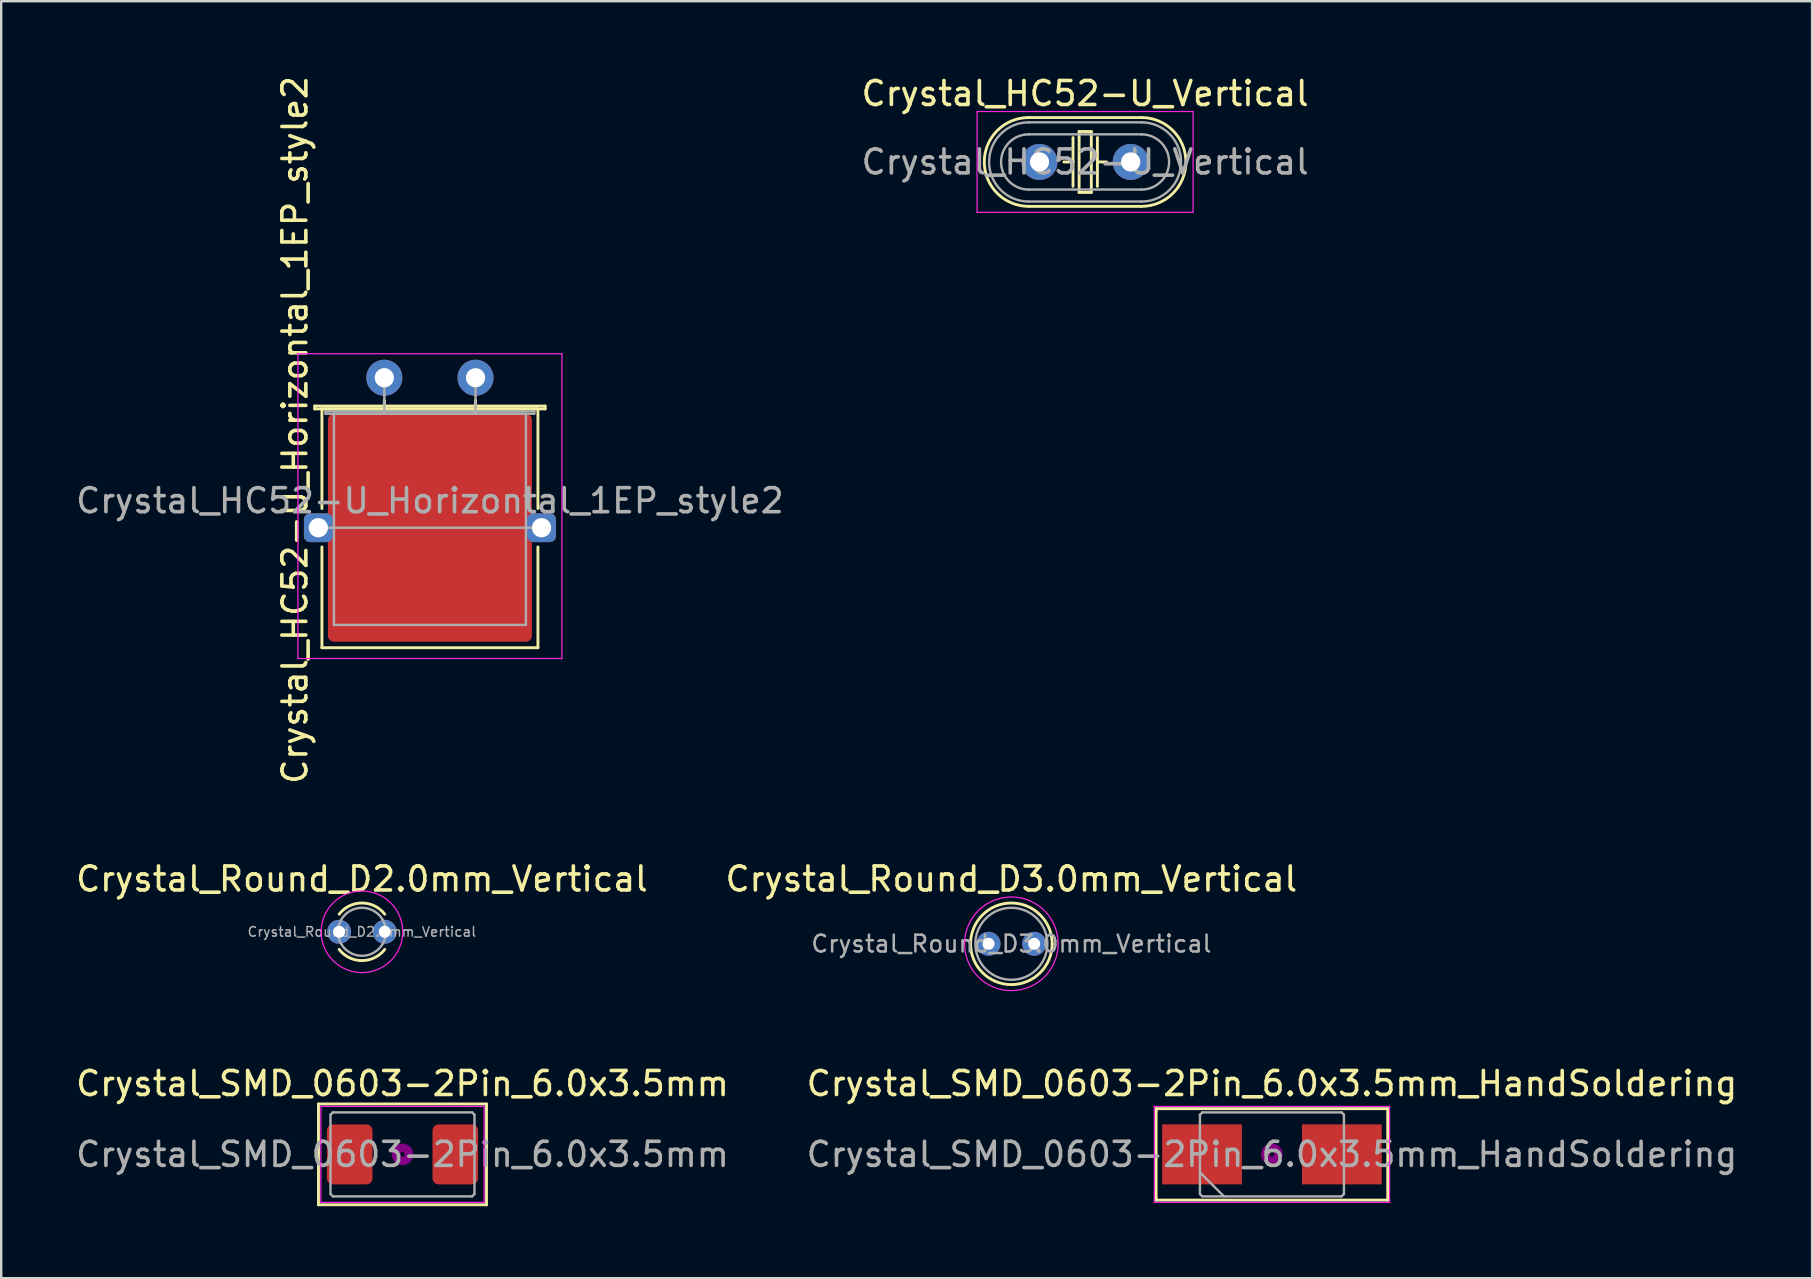
<source format=kicad_pcb>
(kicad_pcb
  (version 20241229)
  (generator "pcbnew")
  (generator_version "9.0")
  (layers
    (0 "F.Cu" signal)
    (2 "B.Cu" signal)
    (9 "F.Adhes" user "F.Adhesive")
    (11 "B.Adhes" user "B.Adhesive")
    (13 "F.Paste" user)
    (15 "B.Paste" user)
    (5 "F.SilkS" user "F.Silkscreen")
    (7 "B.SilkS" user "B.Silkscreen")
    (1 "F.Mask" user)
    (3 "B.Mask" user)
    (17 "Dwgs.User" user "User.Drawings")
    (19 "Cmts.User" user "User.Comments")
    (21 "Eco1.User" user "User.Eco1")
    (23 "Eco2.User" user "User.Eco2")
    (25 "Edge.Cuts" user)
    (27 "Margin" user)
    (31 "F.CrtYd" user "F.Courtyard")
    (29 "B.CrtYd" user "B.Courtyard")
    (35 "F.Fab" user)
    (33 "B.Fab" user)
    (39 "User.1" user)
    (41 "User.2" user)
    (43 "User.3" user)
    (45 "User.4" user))
  (footprint "Crystal_HC52-U_Vertical"
    (layer "F.Cu")
    (at 40.261 3.698)
    (property "Reference" "Crystal_HC52-U_Vertical" (at 1.9 -2.85 0) (layer "F.SilkS") (effects (font (size 1 1) (thickness 0.15))))
    (attr through_hole)
    (fp_line (start -0.45 -1.85) (end 4.25 -1.85) (stroke (width 0.12) (type solid)) (layer "F.SilkS"))
    (fp_line (start -0.45 1.85) (end 4.25 1.85) (stroke (width 0.12) (type solid)) (layer "F.SilkS"))
    (fp_line (start 1.016 0) (end 1.397 0) (stroke (width 0.12) (type solid)) (layer "F.SilkS"))
    (fp_line (start 1.397 0) (end 1.397 -1.016) (stroke (width 0.12) (type solid)) (layer "F.SilkS"))
    (fp_line (start 1.397 0) (end 1.397 1.016) (stroke (width 0.12) (type solid)) (layer "F.SilkS"))
    (fp_line (start 1.651 -1.27) (end 1.651 1.27) (stroke (width 0.12) (type solid)) (layer "F.SilkS"))
    (fp_line (start 1.651 1.27) (end 2.159 1.27) (stroke (width 0.12) (type solid)) (layer "F.SilkS"))
    (fp_line (start 2.159 -1.27) (end 1.651 -1.27) (stroke (width 0.12) (type solid)) (layer "F.SilkS"))
    (fp_line (start 2.159 1.27) (end 2.159 -1.27) (stroke (width 0.12) (type solid)) (layer "F.SilkS"))
    (fp_line (start 2.413 -1.016) (end 2.413 1.016) (stroke (width 0.12) (type solid)) (layer "F.SilkS"))
    (fp_line (start 2.413 0) (end 2.794 0) (stroke (width 0.12) (type solid)) (layer "F.SilkS"))
    (fp_arc (start -0.45 1.85) (mid -2.3 0) (end -0.45 -1.85) (stroke (width 0.12) (type solid)) (layer "F.SilkS"))
    (fp_arc (start 4.25 -1.85) (mid 6.1 0) (end 4.25 1.85) (stroke (width 0.12) (type solid)) (layer "F.SilkS"))
    (fp_line (start -2.6 -2.1) (end -2.6 2.1) (stroke (width 0.05) (type solid)) (layer "F.CrtYd"))
    (fp_line (start -2.6 2.1) (end 6.4 2.1) (stroke (width 0.05) (type solid)) (layer "F.CrtYd"))
    (fp_line (start 6.4 -2.1) (end -2.6 -2.1) (stroke (width 0.05) (type solid)) (layer "F.CrtYd"))
    (fp_line (start 6.4 2.1) (end 6.4 -2.1) (stroke (width 0.05) (type solid)) (layer "F.CrtYd"))
    (fp_line (start -0.45 -1.65) (end 4.25 -1.65) (stroke (width 0.1) (type solid)) (layer "F.Fab"))
    (fp_line (start -0.45 -1.15) (end 4.25 -1.15) (stroke (width 0.1) (type solid)) (layer "F.Fab"))
    (fp_line (start -0.45 1.15) (end 4.25 1.15) (stroke (width 0.1) (type solid)) (layer "F.Fab"))
    (fp_line (start -0.45 1.65) (end 4.25 1.65) (stroke (width 0.1) (type solid)) (layer "F.Fab"))
    (fp_arc (start -0.45 1.15) (mid -1.6 0) (end -0.45 -1.15) (stroke (width 0.1) (type solid)) (layer "F.Fab"))
    (fp_arc (start -0.45 1.65) (mid -2.1 0) (end -0.45 -1.65) (stroke (width 0.1) (type solid)) (layer "F.Fab"))
    (fp_arc (start 4.25 -1.65) (mid 5.9 0) (end 4.25 1.65) (stroke (width 0.1) (type solid)) (layer "F.Fab"))
    (fp_arc (start 4.25 -1.15) (mid 5.4 0) (end 4.25 1.15) (stroke (width 0.1) (type solid)) (layer "F.Fab"))
    (fp_text user "${REFERENCE}" (at 1.9 0 0) (layer "F.Fab") (effects (font (size 1 1) (thickness 0.15))))
    (pad "1" thru_hole circle (at 0 0) (size 1.5 1.5) (drill 0.8) (layers "*.Cu" "*.Mask"))
    (pad "2" thru_hole circle (at 3.8 0) (size 1.5 1.5) (drill 0.8) (layers "*.Cu" "*.Mask")))
  (footprint "Crystal_Round_D2.0mm_Vertical"
    (layer "F.Cu")
    (at 11.08 35.774)
    (property "Reference" "Crystal_Round_D2.0mm_Vertical" (at 0.95 -2.2 0) (layer "F.SilkS") (effects (font (size 1 1) (thickness 0.15))))
    (attr through_hole)
    (fp_arc (start 0 -0.733144) (mid 0.950178 -1.2) (end 1.900217 -0.732863) (stroke (width 0.12) (type solid)) (layer "F.SilkS"))
    (fp_arc (start 1.900217 0.732863) (mid 0.950178 1.2) (end 0 0.733144) (stroke (width 0.12) (type solid)) (layer "F.SilkS"))
    (fp_circle (center 0.95 0) (end 2.65 0) (stroke (width 0.05) (type solid)) (fill no) (layer "F.CrtYd"))
    (fp_circle (center 0.95 0) (end 1.95 0) (stroke (width 0.1) (type solid)) (fill no) (layer "F.Fab"))
    (fp_text user "${REFERENCE}" (at 0.95 0 0) (layer "F.Fab") (effects (font (size 0.4 0.4) (thickness 0.06))))
    (pad "1" thru_hole circle (at 0 0) (size 1 1) (drill 0.5) (layers "*.Cu" "*.Mask"))
    (pad "2" thru_hole circle (at 1.9 0) (size 1 1) (drill 0.5) (layers "*.Cu" "*.Mask")))
  (footprint "Crystal_Round_D3.0mm_Vertical"
    (layer "F.Cu")
    (at 38.139 36.274)
    (property "Reference" "Crystal_Round_D3.0mm_Vertical" (at 0.95 -2.7 0) (layer "F.SilkS") (effects (font (size 1 1) (thickness 0.15))))
    (attr through_hole)
    (fp_arc (start -0.75 0) (mid 0.95 -1.7) (end 2.65 0) (stroke (width 0.12) (type solid)) (layer "F.SilkS"))
    (fp_arc (start 2.65 0) (mid 0.95 1.7) (end -0.75 0) (stroke (width 0.12) (type solid)) (layer "F.SilkS"))
    (fp_circle (center 0.95 0) (end 2.9 0) (stroke (width 0.05) (type solid)) (fill no) (layer "F.CrtYd"))
    (fp_circle (center 0.95 0) (end 2.45 0) (stroke (width 0.1) (type solid)) (fill no) (layer "F.Fab"))
    (fp_text user "${REFERENCE}" (at 0.95 0 0) (layer "F.Fab") (effects (font (size 0.7 0.7) (thickness 0.105))))
    (pad "1" thru_hole circle (at 0 0) (size 1 1) (drill 0.5) (layers "*.Cu" "*.Mask"))
    (pad "2" thru_hole circle (at 1.9 0) (size 1 1) (drill 0.5) (layers "*.Cu" "*.Mask")))
  (footprint "Crystal_SMD_0603-2Pin_6.0x3.5mm_HandSoldering"
    (layer "F.Cu")
    (at 49.946 45.048)
    (property "Reference" "Crystal_SMD_0603-2Pin_6.0x3.5mm_HandSoldering" (at 0 -2.95 0) (layer "F.SilkS") (effects (font (size 1 1) (thickness 0.15))))
    (attr smd)
    (fp_line (start -4.826 -1.905) (end -4.826 -1.778) (stroke (width 0.12) (type solid)) (layer "F.SilkS"))
    (fp_line (start -4.826 -1.841) (end -4.826 1.841) (stroke (width 0.12) (type solid)) (layer "F.SilkS"))
    (fp_line (start -4.826 1.841) (end -4.826 1.905) (stroke (width 0.12) (type solid)) (layer "F.SilkS"))
    (fp_line (start -4.826 1.905) (end 4.826 1.905) (stroke (width 0.12) (type solid)) (layer "F.SilkS"))
    (fp_line (start 4.826 -1.905) (end -4.826 -1.905) (stroke (width 0.12) (type solid)) (layer "F.SilkS"))
    (fp_line (start 4.826 1.905) (end 4.826 -1.905) (stroke (width 0.12) (type solid)) (layer "F.SilkS"))
    (fp_circle (center 0 0) (end 0.093 0) (stroke (width 0.187) (type solid)) (fill no) (layer "F.Adhes"))
    (fp_circle (center 0 0) (end 0.213 0) (stroke (width 0.133) (type solid)) (fill no) (layer "F.Adhes"))
    (fp_circle (center 0 0) (end 0.333 0) (stroke (width 0.133) (type solid)) (fill no) (layer "F.Adhes"))
    (fp_circle (center 0 0) (end 0.4 0) (stroke (width 0.1) (type solid)) (fill no) (layer "F.Adhes"))
    (fp_line (start -4.9 -2) (end -4.9 2) (stroke (width 0.05) (type solid)) (layer "F.CrtYd"))
    (fp_line (start -4.9 2) (end 4.9 2) (stroke (width 0.05) (type solid)) (layer "F.CrtYd"))
    (fp_line (start 4.9 -2) (end -4.9 -2) (stroke (width 0.05) (type solid)) (layer "F.CrtYd"))
    (fp_line (start 4.9 2) (end 4.9 -2) (stroke (width 0.05) (type solid)) (layer "F.CrtYd"))
    (fp_line (start -3 -1.65) (end -2.9 -1.75) (stroke (width 0.1) (type solid)) (layer "F.Fab"))
    (fp_line (start -3 0.75) (end -2 1.75) (stroke (width 0.1) (type solid)) (layer "F.Fab"))
    (fp_line (start -3 1.65) (end -3 -1.65) (stroke (width 0.1) (type solid)) (layer "F.Fab"))
    (fp_line (start -2.9 -1.75) (end 2.9 -1.75) (stroke (width 0.1) (type solid)) (layer "F.Fab"))
    (fp_line (start -2.9 1.75) (end -3 1.65) (stroke (width 0.1) (type solid)) (layer "F.Fab"))
    (fp_line (start 2.9 -1.75) (end 3 -1.65) (stroke (width 0.1) (type solid)) (layer "F.Fab"))
    (fp_line (start 2.9 1.75) (end -2.9 1.75) (stroke (width 0.1) (type solid)) (layer "F.Fab"))
    (fp_line (start 3 -1.65) (end 3 1.65) (stroke (width 0.1) (type solid)) (layer "F.Fab"))
    (fp_line (start 3 1.65) (end 2.9 1.75) (stroke (width 0.1) (type solid)) (layer "F.Fab"))
    (fp_text user "${REFERENCE}" (at 0 0 0) (layer "F.Fab") (effects (font (size 1 1) (thickness 0.15))))
    (pad "1" smd rect (at -2.913 0) (size 3.325 2.5) (layers "F.Cu" "F.Mask" "F.Paste"))
    (pad "2" smd rect (at 2.913 0) (size 3.325 2.5) (layers "F.Cu" "F.Mask" "F.Paste")))
  (footprint "Crystal_SMD_0603-2Pin_6.0x3.5mm"
    (layer "F.Cu")
    (at 13.72 45.048)
    (property "Reference" "Crystal_SMD_0603-2Pin_6.0x3.5mm" (at 0 -2.95 0) (layer "F.SilkS") (effects (font (size 1 1) (thickness 0.15))))
    (attr smd)
    (fp_line (start -3.5 -2.1) (end -3.5 2.1) (stroke (width 0.12) (type solid)) (layer "F.SilkS"))
    (fp_line (start -3.5 2.1) (end 3.5 2.1) (stroke (width 0.12) (type solid)) (layer "F.SilkS"))
    (fp_line (start 3.5 -2.1) (end -3.5 -2.1) (stroke (width 0.12) (type solid)) (layer "F.SilkS"))
    (fp_line (start 3.5 2.1) (end 3.5 -2.1) (stroke (width 0.12) (type solid)) (layer "F.SilkS"))
    (fp_circle (center 0 0) (end 0.093 0) (stroke (width 0.187) (type solid)) (fill no) (layer "F.Adhes"))
    (fp_circle (center 0 0) (end 0.213 0) (stroke (width 0.133) (type solid)) (fill no) (layer "F.Adhes"))
    (fp_circle (center 0 0) (end 0.333 0) (stroke (width 0.133) (type solid)) (fill no) (layer "F.Adhes"))
    (fp_circle (center 0 0) (end 0.4 0) (stroke (width 0.1) (type solid)) (fill no) (layer "F.Adhes"))
    (fp_line (start -3.4 -2) (end -3.4 2) (stroke (width 0.05) (type solid)) (layer "F.CrtYd"))
    (fp_line (start -3.4 2) (end 3.4 2) (stroke (width 0.05) (type solid)) (layer "F.CrtYd"))
    (fp_line (start 3.4 -2) (end -3.4 -2) (stroke (width 0.05) (type solid)) (layer "F.CrtYd"))
    (fp_line (start 3.4 2) (end 3.4 -2) (stroke (width 0.05) (type solid)) (layer "F.CrtYd"))
    (fp_line (start -3 -1.65) (end -2.9 -1.75) (stroke (width 0.1) (type solid)) (layer "F.Fab"))
    (fp_line (start -3 1.65) (end -3 -1.65) (stroke (width 0.1) (type solid)) (layer "F.Fab"))
    (fp_line (start -2.9 -1.75) (end 2.9 -1.75) (stroke (width 0.1) (type solid)) (layer "F.Fab"))
    (fp_line (start -2.9 1.75) (end -3 1.65) (stroke (width 0.1) (type solid)) (layer "F.Fab"))
    (fp_line (start 2.9 -1.75) (end 3 -1.65) (stroke (width 0.1) (type solid)) (layer "F.Fab"))
    (fp_line (start 2.9 1.75) (end -2.9 1.75) (stroke (width 0.1) (type solid)) (layer "F.Fab"))
    (fp_line (start 3 -1.65) (end 3 1.65) (stroke (width 0.1) (type solid)) (layer "F.Fab"))
    (fp_line (start 3 1.65) (end 2.9 1.75) (stroke (width 0.1) (type solid)) (layer "F.Fab"))
    (fp_text user "${REFERENCE}" (at 0 0 0) (layer "F.Fab") (effects (font (size 1 1) (thickness 0.15))))
    (pad "1" smd roundrect (at -2.2 0) (size 1.9 2.5) (layers "F.Cu" "F.Mask" "F.Paste") (roundrect_rratio 0.132))
    (pad "2" smd roundrect (at 2.2 0) (size 1.9 2.5) (layers "F.Cu" "F.Mask" "F.Paste") (roundrect_rratio 0.132)))
  (footprint "Crystal_HC52-U_Horizontal_1EP_style2"
    (layer "F.Cu")
    (at 12.963 12.688)
    (property "Reference" "Crystal_HC52-U_Horizontal_1EP_style2" (at -3.725 2.175 90) (layer "F.SilkS") (effects (font (size 1 1) (thickness 0.15))))
    (attr through_hole)
    (fp_line (start -2.9 1.18) (end 6.7 1.18) (stroke (width 0.12) (type solid)) (layer "F.SilkS"))
    (fp_line (start -2.9 1.3) (end -2.9 1.18) (stroke (width 0.12) (type solid)) (layer "F.SilkS"))
    (fp_line (start -2.6 5.45) (end -2.6 1.3) (stroke (width 0.12) (type solid)) (layer "F.SilkS"))
    (fp_line (start -2.6 7.05) (end -2.6 11.25) (stroke (width 0.12) (type solid)) (layer "F.SilkS"))
    (fp_line (start -2.6 11.25) (end 6.4 11.25) (stroke (width 0.12) (type solid)) (layer "F.SilkS"))
    (fp_line (start -2.55 1.3) (end 6.35 1.3) (stroke (width 0.12) (type solid)) (layer "F.SilkS"))
    (fp_line (start 0 0.95) (end 0 0.95) (stroke (width 0.12) (type solid)) (layer "F.SilkS"))
    (fp_line (start 0 1.3) (end 0 0.95) (stroke (width 0.12) (type solid)) (layer "F.SilkS"))
    (fp_line (start 3.8 0.95) (end 3.8 0.95) (stroke (width 0.12) (type solid)) (layer "F.SilkS"))
    (fp_line (start 3.8 1.3) (end 3.8 0.95) (stroke (width 0.12) (type solid)) (layer "F.SilkS"))
    (fp_line (start 6.4 1.3) (end 6.4 5.45) (stroke (width 0.12) (type solid)) (layer "F.SilkS"))
    (fp_line (start 6.4 11.25) (end 6.4 7.05) (stroke (width 0.12) (type solid)) (layer "F.SilkS"))
    (fp_line (start 6.7 1.18) (end 6.7 1.3) (stroke (width 0.12) (type solid)) (layer "F.SilkS"))
    (fp_line (start 6.7 1.3) (end -2.9 1.3) (stroke (width 0.12) (type solid)) (layer "F.SilkS"))
    (fp_line (start -3.6 -1) (end -3.6 11.7) (stroke (width 0.05) (type solid)) (layer "F.CrtYd"))
    (fp_line (start -3.6 11.7) (end 7.4 11.7) (stroke (width 0.05) (type solid)) (layer "F.CrtYd"))
    (fp_line (start 7.4 -1) (end -3.6 -1) (stroke (width 0.05) (type solid)) (layer "F.CrtYd"))
    (fp_line (start 7.4 11.7) (end 7.4 -1) (stroke (width 0.05) (type solid)) (layer "F.CrtYd"))
    (fp_line (start -2.75 6.25) (end 6.55 6.25) (stroke (width 0.1) (type solid)) (layer "F.Fab"))
    (fp_line (start -2.45 1.4) (end 6.25 1.4) (stroke (width 0.1) (type solid)) (layer "F.Fab"))
    (fp_line (start -2.45 1.5) (end -2.45 1.4) (stroke (width 0.1) (type solid)) (layer "F.Fab"))
    (fp_line (start -2.1 1.5) (end -2.1 10.3) (stroke (width 0.1) (type solid)) (layer "F.Fab"))
    (fp_line (start -2.1 10.3) (end 5.9 10.3) (stroke (width 0.1) (type solid)) (layer "F.Fab"))
    (fp_line (start 0 0.75) (end 0 0) (stroke (width 0.1) (type solid)) (layer "F.Fab"))
    (fp_line (start 0 1.5) (end 0 0.75) (stroke (width 0.1) (type solid)) (layer "F.Fab"))
    (fp_line (start 3.8 0.75) (end 3.8 0) (stroke (width 0.1) (type solid)) (layer "F.Fab"))
    (fp_line (start 3.8 1.5) (end 3.8 0.75) (stroke (width 0.1) (type solid)) (layer "F.Fab"))
    (fp_line (start 5.9 1.5) (end -2.1 1.5) (stroke (width 0.1) (type solid)) (layer "F.Fab"))
    (fp_line (start 5.9 10.3) (end 5.9 1.5) (stroke (width 0.1) (type solid)) (layer "F.Fab"))
    (fp_line (start 6.25 1.4) (end 6.25 1.5) (stroke (width 0.1) (type solid)) (layer "F.Fab"))
    (fp_line (start 6.25 1.5) (end -2.45 1.5) (stroke (width 0.1) (type solid)) (layer "F.Fab"))
    (fp_text user "${REFERENCE}" (at 1.9 5.125 0) (layer "F.Fab") (effects (font (size 1 1) (thickness 0.15))))
    (pad "1" thru_hole circle (at 0 0) (size 1.5 1.5) (drill 0.8) (layers "*.Cu" "*.Mask"))
    (pad "2" thru_hole circle (at 3.8 0) (size 1.5 1.5) (drill 0.8) (layers "*.Cu" "*.Mask"))
    (pad "3" thru_hole roundrect (at -2.75 6.25) (size 1.2 1.2) (drill 0.8) (layers "*.Cu" "*.Mask") (roundrect_rratio 0.208))
    (pad "3" smd roundrect (at 1.9 6.25) (size 8.5 9.5) (layers "F.Cu" "F.Mask" "F.Paste") (roundrect_rratio 0.029))
    (pad "3" thru_hole roundrect (at 6.55 6.25) (size 1.2 1.2) (drill 0.8) (layers "*.Cu" "*.Mask") (roundrect_rratio 0.208)))
  (gr_rect
    (start -3 -3)
    (end 72.452 50.208)
    (stroke (width 0.1) (type default))
    (fill no)
    (layer "Edge.Cuts")))
</source>
